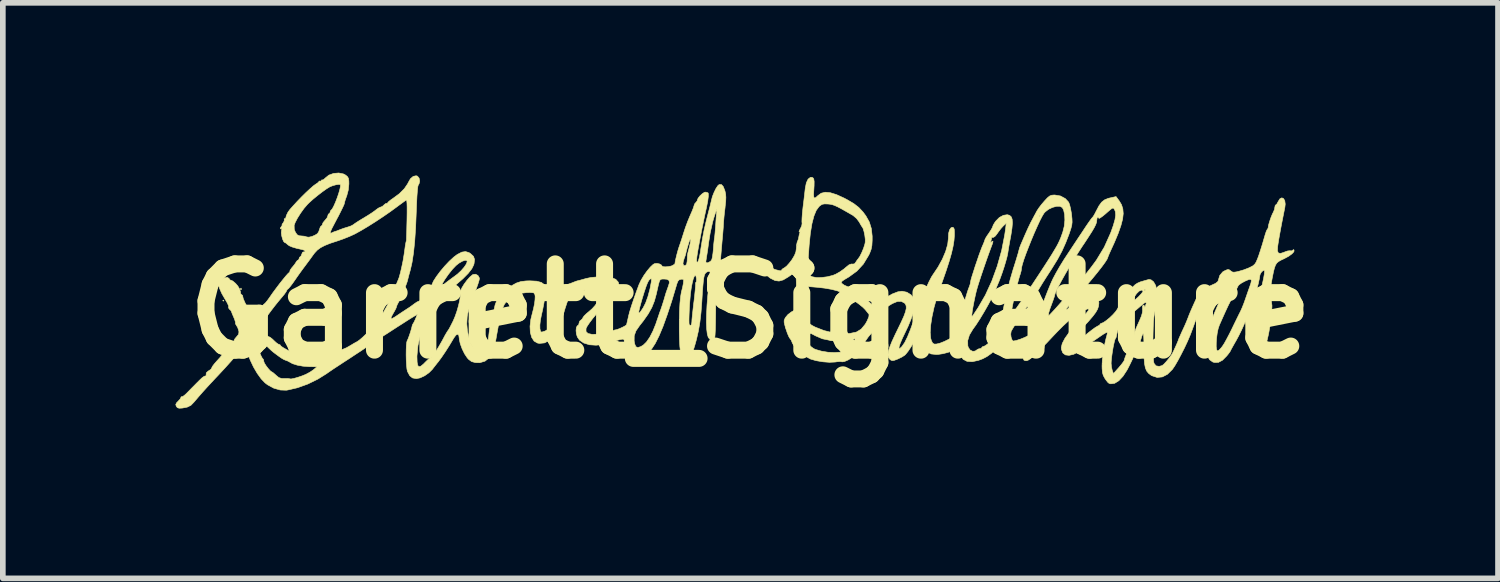
<source format=kicad_pcb>
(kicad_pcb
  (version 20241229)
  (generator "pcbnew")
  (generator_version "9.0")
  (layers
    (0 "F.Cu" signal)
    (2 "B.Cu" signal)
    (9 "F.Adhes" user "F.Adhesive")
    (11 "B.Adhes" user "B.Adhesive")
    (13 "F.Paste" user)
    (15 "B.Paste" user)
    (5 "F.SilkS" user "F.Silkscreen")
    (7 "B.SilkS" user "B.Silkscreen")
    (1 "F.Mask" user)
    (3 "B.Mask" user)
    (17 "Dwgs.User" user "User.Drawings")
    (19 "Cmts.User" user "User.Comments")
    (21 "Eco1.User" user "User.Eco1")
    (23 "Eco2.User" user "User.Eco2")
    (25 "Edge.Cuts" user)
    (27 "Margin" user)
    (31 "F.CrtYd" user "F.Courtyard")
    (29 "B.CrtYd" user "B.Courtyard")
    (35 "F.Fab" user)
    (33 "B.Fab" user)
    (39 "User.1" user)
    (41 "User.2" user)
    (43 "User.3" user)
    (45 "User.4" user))
  (footprint "Garrett_Signature"
    (layer "F.Cu")
    (at 10.204 2.445)
    (property "Reference" "Garrett_Signature" (at 0 0 0) (layer "F.SilkS") (effects (font (size 1.524 1.524) (thickness 0.3))))
    (attr through_hole)
    (fp_poly (pts (xy -9.3 -0.186) (xy -9.31 -0.176) (xy -9.32 -0.186) (xy -9.31 -0.195) (xy -9.3 -0.186)) (stroke (width 0.01) (type solid)) (fill yes) (layer "F.SilkS"))
    (fp_poly (pts (xy -8.994 -0.404) (xy -8.992 -0.381) (xy -8.994 -0.378) (xy -9.006 -0.38) (xy -9.007 -0.391) (xy -9 -0.407) (xy -8.994 -0.404)) (stroke (width 0.01) (type solid)) (fill yes) (layer "F.SilkS"))
    (fp_poly (pts (xy -7.188 -2.423) (xy -7.149 -2.402) (xy -7.117 -2.375) (xy -7.1 -2.345) (xy -7.093 -2.299) (xy -7.092 -2.246) (xy -7.103 -2.138) (xy -7.13 -2.036) (xy -7.132 -2.032) (xy -7.154 -1.972) (xy -7.168 -1.924) (xy -7.171 -1.906) (xy -7.179 -1.88) (xy -7.204 -1.826) (xy -7.24 -1.753) (xy -7.284 -1.666) (xy -7.298 -1.641) (xy -7.353 -1.536) (xy -7.392 -1.461) (xy -7.414 -1.411) (xy -7.421 -1.384) (xy -7.415 -1.376) (xy -7.397 -1.381) (xy -7.39 -1.385) (xy -7.352 -1.402) (xy -7.337 -1.407) (xy -7.307 -1.416) (xy -7.259 -1.435) (xy -7.252 -1.438) (xy -7.187 -1.462) (xy -7.116 -1.484) (xy -7.111 -1.485) (xy -7.056 -1.504) (xy -7.015 -1.526) (xy -7.01 -1.53) (xy -6.983 -1.55) (xy -6.931 -1.584) (xy -6.863 -1.626) (xy -6.829 -1.646) (xy -6.752 -1.693) (xy -6.681 -1.739) (xy -6.628 -1.777) (xy -6.616 -1.787) (xy -6.572 -1.819) (xy -6.537 -1.836) (xy -6.532 -1.837) (xy -6.5 -1.85) (xy -6.473 -1.875) (xy -6.443 -1.9) (xy -6.425 -1.903) (xy -6.409 -1.907) (xy -6.409 -1.912) (xy -6.393 -1.931) (xy -6.354 -1.963) (xy -6.312 -1.992) (xy -6.201 -2.074) (xy -6.113 -2.162) (xy -6.054 -2.249) (xy -6.044 -2.27) (xy -6.005 -2.338) (xy -5.956 -2.38) (xy -5.905 -2.391) (xy -5.881 -2.384) (xy -5.852 -2.349) (xy -5.842 -2.297) (xy -5.853 -2.248) (xy -5.865 -2.232) (xy -5.874 -2.203) (xy -5.882 -2.135) (xy -5.89 -2.028) (xy -5.897 -1.883) (xy -5.903 -1.731) (xy -5.914 -1.465) (xy -5.93 -1.23) (xy -5.951 -1.028) (xy -5.977 -0.859) (xy -6.007 -0.727) (xy -6.011 -0.713) (xy -6.03 -0.646) (xy -6.045 -0.587) (xy -6.05 -0.567) (xy -6.064 -0.515) (xy -6.091 -0.441) (xy -6.125 -0.355) (xy -6.161 -0.27) (xy -6.195 -0.198) (xy -6.214 -0.16) (xy -6.239 -0.113) (xy -6.252 -0.078) (xy -6.252 -0.074) (xy -6.262 -0.047) (xy -6.287 0.001) (xy -6.311 0.042) (xy -6.343 0.101) (xy -6.349 0.13) (xy -6.33 0.132) (xy -6.283 0.105) (xy -6.276 0.101) (xy -6.221 0.064) (xy -6.154 0.019) (xy -6.088 -0.024) (xy -6.036 -0.058) (xy -6.02 -0.068) (xy -5.984 -0.094) (xy -5.937 -0.129) (xy -5.933 -0.132) (xy -5.89 -0.161) (xy -5.857 -0.176) (xy -5.854 -0.176) (xy -5.828 -0.189) (xy -5.787 -0.223) (xy -5.754 -0.254) (xy -5.715 -0.296) (xy -5.694 -0.324) (xy -5.693 -0.332) (xy -5.693 -0.343) (xy -5.678 -0.362) (xy -5.653 -0.401) (xy -5.634 -0.446) (xy -5.462 -0.446) (xy -5.456 -0.442) (xy -5.428 -0.462) (xy -5.394 -0.49) (xy -5.331 -0.538) (xy -5.268 -0.585) (xy -5.244 -0.602) (xy -5.174 -0.654) (xy -5.109 -0.715) (xy -5.056 -0.776) (xy -5.019 -0.831) (xy -5.003 -0.873) (xy -5.009 -0.893) (xy -5.04 -0.898) (xy -5.09 -0.881) (xy -5.15 -0.846) (xy -5.2 -0.806) (xy -5.263 -0.74) (xy -5.333 -0.652) (xy -5.4 -0.556) (xy -5.451 -0.47) (xy -5.462 -0.446) (xy -5.634 -0.446) (xy -5.63 -0.456) (xy -5.627 -0.465) (xy -5.599 -0.529) (xy -5.547 -0.61) (xy -5.479 -0.701) (xy -5.401 -0.794) (xy -5.319 -0.881) (xy -5.241 -0.953) (xy -5.179 -1) (xy -5.098 -1.042) (xy -5.032 -1.052) (xy -4.97 -1.033) (xy -4.943 -1.015) (xy -4.892 -0.968) (xy -4.873 -0.914) (xy -4.881 -0.842) (xy -4.887 -0.819) (xy -4.921 -0.749) (xy -4.985 -0.667) (xy -5.079 -0.572) (xy -5.207 -0.461) (xy -5.332 -0.361) (xy -5.427 -0.288) (xy -5.496 -0.232) (xy -5.546 -0.188) (xy -5.582 -0.151) (xy -5.609 -0.113) (xy -5.632 -0.071) (xy -5.656 -0.024) (xy -5.757 0.207) (xy -5.829 0.417) (xy -5.873 0.611) (xy -5.89 0.792) (xy -5.89 0.807) (xy -5.887 0.901) (xy -5.876 0.959) (xy -5.854 0.982) (xy -5.819 0.971) (xy -5.769 0.929) (xy -5.749 0.908) (xy -5.702 0.862) (xy -5.665 0.83) (xy -5.647 0.821) (xy -5.627 0.805) (xy -5.593 0.762) (xy -5.549 0.699) (xy -5.502 0.623) (xy -5.455 0.541) (xy -5.442 0.518) (xy -5.392 0.424) (xy -5.356 0.363) (xy -5.335 0.333) (xy -5.334 0.332) (xy -5.321 0.311) (xy -5.296 0.264) (xy -5.263 0.199) (xy -5.249 0.171) (xy -5.216 0.093) (xy -5.184 0.001) (xy -5.157 -0.094) (xy -5.136 -0.185) (xy -5.124 -0.26) (xy -5.123 -0.31) (xy -5.125 -0.318) (xy -5.121 -0.356) (xy -5.096 -0.412) (xy -5.056 -0.478) (xy -5.007 -0.544) (xy -4.956 -0.602) (xy -4.908 -0.642) (xy -4.9 -0.647) (xy -4.855 -0.652) (xy -4.813 -0.63) (xy -4.789 -0.588) (xy -4.787 -0.573) (xy -4.794 -0.539) (xy -4.813 -0.478) (xy -4.842 -0.396) (xy -4.878 -0.303) (xy -4.887 -0.279) (xy -4.932 -0.16) (xy -4.968 -0.048) (xy -4.994 0.047) (xy -5.003 0.098) (xy -5.01 0.223) (xy -4.999 0.349) (xy -4.972 0.469) (xy -4.934 0.575) (xy -4.884 0.658) (xy -4.829 0.709) (xy -4.766 0.73) (xy -4.714 0.713) (xy -4.672 0.659) (xy -4.642 0.568) (xy -4.622 0.44) (xy -4.621 0.426) (xy -4.611 0.341) (xy -4.597 0.261) (xy -4.582 0.205) (xy -4.564 0.141) (xy -4.546 0.06) (xy -4.536 0.01) (xy -4.51 -0.11) (xy -4.474 -0.203) (xy -4.42 -0.281) (xy -4.34 -0.356) (xy -4.306 -0.384) (xy -4.213 -0.452) (xy -4.134 -0.496) (xy -4.055 -0.522) (xy -3.964 -0.533) (xy -3.897 -0.535) (xy -3.778 -0.529) (xy -3.693 -0.507) (xy -3.638 -0.467) (xy -3.62 -0.435) (xy -3.616 -0.397) (xy -3.621 -0.33) (xy -3.632 -0.24) (xy -3.648 -0.138) (xy -3.669 -0.03) (xy -3.693 0.075) (xy -3.71 0.163) (xy -3.719 0.244) (xy -3.718 0.311) (xy -3.708 0.356) (xy -3.689 0.371) (xy -3.688 0.371) (xy -3.626 0.351) (xy -3.571 0.319) (xy -3.538 0.284) (xy -3.506 0.206) (xy -3.471 0.105) (xy -3.439 -0.006) (xy -3.413 -0.114) (xy -3.397 -0.206) (xy -3.393 -0.243) (xy -3.386 -0.322) (xy -3.372 -0.374) (xy -3.347 -0.413) (xy -3.341 -0.42) (xy -3.3 -0.454) (xy -3.263 -0.469) (xy -3.261 -0.469) (xy -3.218 -0.476) (xy -3.171 -0.492) (xy -3.128 -0.509) (xy -3.102 -0.519) (xy -3.082 -0.527) (xy -3.062 -0.533) (xy -3.048 -0.537) (xy -3.014 -0.545) (xy -2.957 -0.561) (xy -2.904 -0.576) (xy -2.818 -0.594) (xy -2.717 -0.603) (xy -2.612 -0.604) (xy -2.513 -0.597) (xy -2.431 -0.583) (xy -2.379 -0.562) (xy -2.334 -0.512) (xy -2.321 -0.447) (xy -2.336 -0.371) (xy -2.38 -0.289) (xy -2.449 -0.206) (xy -2.542 -0.128) (xy -2.592 -0.085) (xy -2.653 -0.023) (xy -2.72 0.051) (xy -2.785 0.129) (xy -2.841 0.203) (xy -2.883 0.265) (xy -2.904 0.307) (xy -2.904 0.308) (xy -2.904 0.361) (xy -2.869 0.395) (xy -2.8 0.41) (xy -2.776 0.41) (xy -2.703 0.407) (xy -2.622 0.397) (xy -2.543 0.384) (xy -2.478 0.369) (xy -2.438 0.354) (xy -2.434 0.35) (xy -2.398 0.333) (xy -2.388 0.332) (xy -2.355 0.325) (xy -2.305 0.306) (xy -2.252 0.281) (xy -2.209 0.258) (xy -2.187 0.24) (xy -2.187 0.239) (xy -2.181 0.209) (xy -2.177 0.195) (xy -2.169 0.159) (xy -2.156 0.102) (xy -2.151 0.078) (xy -2.138 0.031) (xy -1.973 0.031) (xy -1.962 0.033) (xy -1.938 0.005) (xy -1.899 -0.053) (xy -1.895 -0.059) (xy -1.851 -0.145) (xy -1.81 -0.26) (xy -1.775 -0.39) (xy -1.752 -0.512) (xy -1.747 -0.558) (xy -1.753 -0.573) (xy -1.774 -0.565) (xy -1.774 -0.564) (xy -1.795 -0.543) (xy -1.817 -0.502) (xy -1.843 -0.436) (xy -1.875 -0.341) (xy -1.914 -0.214) (xy -1.925 -0.176) (xy -1.954 -0.072) (xy -1.97 -0.003) (xy -1.973 0.031) (xy -2.138 0.031) (xy -2.132 0.006) (xy -2.101 -0.094) (xy -2.061 -0.212) (xy -2.016 -0.34) (xy -1.969 -0.467) (xy -1.932 -0.546) (xy -1.882 -0.63) (xy -1.825 -0.71) (xy -1.768 -0.778) (xy -1.718 -0.825) (xy -1.693 -0.839) (xy -1.651 -0.843) (xy -1.604 -0.833) (xy -1.571 -0.813) (xy -1.563 -0.798) (xy -1.546 -0.786) (xy -1.505 -0.782) (xy -1.452 -0.786) (xy -1.401 -0.796) (xy -1.374 -0.807) (xy -1.342 -0.828) (xy -1.334 -0.839) (xy -1.192 -0.839) (xy -1.18 -0.808) (xy -1.153 -0.803) (xy -1.129 -0.826) (xy -1.126 -0.835) (xy -1.118 -0.88) (xy -1.116 -0.928) (xy -1.113 -0.985) (xy -1.106 -1.026) (xy -1.077 -1.139) (xy -1.06 -1.218) (xy -1.056 -1.261) (xy -1.064 -1.267) (xy -1.066 -1.266) (xy -1.077 -1.243) (xy -1.093 -1.194) (xy -1.112 -1.133) (xy -1.129 -1.071) (xy -1.141 -1.022) (xy -1.142 -1.016) (xy -1.153 -0.977) (xy -1.17 -0.932) (xy -1.186 -0.879) (xy -1.192 -0.839) (xy -1.334 -0.839) (xy -1.333 -0.84) (xy -1.33 -0.868) (xy -1.319 -0.921) (xy -1.303 -0.988) (xy -1.285 -1.056) (xy -1.268 -1.113) (xy -1.261 -1.133) (xy -1.244 -1.183) (xy -1.219 -1.257) (xy -1.192 -1.342) (xy -1.181 -1.377) (xy -1.148 -1.478) (xy -1.108 -1.585) (xy -1.069 -1.679) (xy -1.062 -1.695) (xy -1.031 -1.766) (xy -1.008 -1.824) (xy -0.997 -1.86) (xy -0.996 -1.864) (xy -0.983 -1.898) (xy -0.967 -1.915) (xy -0.942 -1.946) (xy -0.938 -1.962) (xy -0.924 -1.995) (xy -0.891 -2.036) (xy -0.85 -2.074) (xy -0.811 -2.099) (xy -0.789 -2.102) (xy -0.758 -2.092) (xy -0.751 -2.091) (xy -0.743 -2.073) (xy -0.744 -2.023) (xy -0.754 -1.946) (xy -0.773 -1.848) (xy -0.782 -1.806) (xy -0.808 -1.689) (xy -0.835 -1.558) (xy -0.863 -1.421) (xy -0.889 -1.286) (xy -0.912 -1.163) (xy -0.931 -1.058) (xy -0.943 -0.981) (xy -0.946 -0.96) (xy -0.952 -0.899) (xy -0.948 -0.869) (xy -0.935 -0.864) (xy -0.934 -0.864) (xy -0.926 -0.876) (xy -0.788 -0.876) (xy -0.783 -0.855) (xy -0.762 -0.853) (xy -0.748 -0.856) (xy -0.703 -0.881) (xy -0.682 -0.912) (xy -0.672 -0.955) (xy -0.662 -1.023) (xy -0.654 -1.102) (xy -0.654 -1.11) (xy -0.648 -1.186) (xy -0.641 -1.249) (xy -0.636 -1.287) (xy -0.635 -1.29) (xy -0.631 -1.321) (xy -0.625 -1.382) (xy -0.619 -1.459) (xy -0.616 -1.495) (xy -0.61 -1.585) (xy -0.604 -1.67) (xy -0.598 -1.735) (xy -0.596 -1.749) (xy -0.593 -1.787) (xy -0.595 -1.795) (xy -0.606 -1.77) (xy -0.626 -1.711) (xy -0.626 -1.711) (xy -0.648 -1.643) (xy -0.665 -1.584) (xy -0.672 -1.555) (xy -0.682 -1.51) (xy -0.696 -1.449) (xy -0.699 -1.436) (xy -0.711 -1.38) (xy -0.724 -1.3) (xy -0.738 -1.211) (xy -0.742 -1.182) (xy -0.754 -1.092) (xy -0.767 -1.007) (xy -0.778 -0.941) (xy -0.78 -0.926) (xy -0.788 -0.876) (xy -0.926 -0.876) (xy -0.919 -0.888) (xy -0.903 -0.947) (xy -0.885 -1.04) (xy -0.877 -1.096) (xy -0.849 -1.272) (xy -0.818 -1.435) (xy -0.779 -1.602) (xy -0.741 -1.749) (xy -0.72 -1.828) (xy -0.703 -1.899) (xy -0.691 -1.947) (xy -0.69 -1.954) (xy -0.672 -2.023) (xy -0.643 -2.096) (xy -0.61 -2.164) (xy -0.577 -2.214) (xy -0.552 -2.236) (xy -0.513 -2.236) (xy -0.481 -2.201) (xy -0.452 -2.129) (xy -0.449 -2.118) (xy -0.438 -2.066) (xy -0.434 -2.009) (xy -0.437 -1.936) (xy -0.448 -1.837) (xy -0.448 -1.83) (xy -0.459 -1.741) (xy -0.467 -1.662) (xy -0.472 -1.603) (xy -0.474 -1.583) (xy -0.476 -1.547) (xy -0.48 -1.48) (xy -0.487 -1.39) (xy -0.496 -1.286) (xy -0.501 -1.233) (xy -0.51 -1.127) (xy -0.518 -1.034) (xy -0.524 -0.962) (xy -0.527 -0.917) (xy -0.528 -0.907) (xy -0.511 -0.887) (xy -0.474 -0.876) (xy -0.433 -0.86) (xy -0.421 -0.835) (xy -0.439 -0.812) (xy -0.464 -0.805) (xy -0.492 -0.797) (xy -0.514 -0.778) (xy -0.532 -0.742) (xy -0.549 -0.683) (xy -0.568 -0.593) (xy -0.577 -0.547) (xy -0.591 -0.458) (xy -0.601 -0.356) (xy -0.608 -0.233) (xy -0.613 -0.084) (xy -0.615 0.064) (xy -0.617 0.207) (xy -0.62 0.327) (xy -0.625 0.42) (xy -0.631 0.482) (xy -0.638 0.509) (xy -0.638 0.509) (xy -0.672 0.52) (xy -0.713 0.502) (xy -0.745 0.464) (xy -0.762 0.407) (xy -0.773 0.316) (xy -0.778 0.197) (xy -0.775 0.054) (xy -0.767 -0.108) (xy -0.753 -0.283) (xy -0.733 -0.466) (xy -0.71 -0.63) (xy -0.71 -0.684) (xy -0.729 -0.705) (xy -0.768 -0.692) (xy -0.786 -0.679) (xy -0.8 -0.663) (xy -0.813 -0.636) (xy -0.823 -0.593) (xy -0.832 -0.531) (xy -0.84 -0.443) (xy -0.849 -0.326) (xy -0.858 -0.176) (xy -0.873 0.023) (xy -0.893 0.196) (xy -0.92 0.354) (xy -0.956 0.509) (xy -0.984 0.609) (xy -1.018 0.718) (xy -1.047 0.794) (xy -1.075 0.839) (xy -1.105 0.858) (xy -1.14 0.855) (xy -1.172 0.84) (xy -1.2 0.817) (xy -1.221 0.776) (xy -1.236 0.714) (xy -1.247 0.625) (xy -1.253 0.507) (xy -1.257 0.357) (xy -1.257 0.171) (xy -1.256 0.152) (xy -1.086 0.152) (xy -1.085 0.211) (xy -1.082 0.238) (xy -1.082 0.239) (xy -1.06 0.255) (xy -1.043 0.238) (xy -1.035 0.194) (xy -1.035 0.191) (xy -1.033 0.149) (xy -1.026 0.078) (xy -1.016 -0.016) (xy -1.004 -0.122) (xy -0.997 -0.175) (xy -0.985 -0.28) (xy -0.976 -0.371) (xy -0.97 -0.441) (xy -0.968 -0.483) (xy -0.97 -0.492) (xy -0.966 -0.507) (xy -0.962 -0.508) (xy -0.954 -0.525) (xy -0.953 -0.567) (xy -0.954 -0.578) (xy -0.964 -0.622) (xy -0.977 -0.631) (xy -0.994 -0.61) (xy -1.012 -0.563) (xy -1.029 -0.493) (xy -1.046 -0.405) (xy -1.06 -0.303) (xy -1.066 -0.234) (xy -1.074 -0.13) (xy -1.08 -0.026) (xy -1.084 0.071) (xy -1.086 0.152) (xy -1.256 0.152) (xy -1.253 0.003) (xy -1.245 -0.142) (xy -1.233 -0.259) (xy -1.219 -0.343) (xy -1.213 -0.363) (xy -1.198 -0.423) (xy -1.185 -0.49) (xy -1.185 -0.495) (xy -1.18 -0.543) (xy -1.188 -0.562) (xy -1.215 -0.564) (xy -1.226 -0.563) (xy -1.259 -0.553) (xy -1.282 -0.527) (xy -1.302 -0.475) (xy -1.306 -0.459) (xy -1.39 -0.178) (xy -1.47 0.064) (xy -1.544 0.27) (xy -1.615 0.439) (xy -1.682 0.572) (xy -1.746 0.67) (xy -1.807 0.735) (xy -1.816 0.742) (xy -1.9 0.785) (xy -1.988 0.804) (xy -2.067 0.796) (xy -2.096 0.784) (xy -2.158 0.73) (xy -2.205 0.652) (xy -2.227 0.567) (xy -2.227 0.552) (xy -2.229 0.527) (xy -2.054 0.527) (xy -2.044 0.581) (xy -2.024 0.628) (xy -1.99 0.643) (xy -1.938 0.627) (xy -1.893 0.6) (xy -1.837 0.546) (xy -1.778 0.461) (xy -1.722 0.352) (xy -1.671 0.226) (xy -1.661 0.195) (xy -1.632 0.111) (xy -1.603 0.024) (xy -1.583 -0.029) (xy -1.557 -0.106) (xy -1.529 -0.195) (xy -1.515 -0.244) (xy -1.492 -0.321) (xy -1.466 -0.395) (xy -1.452 -0.434) (xy -1.431 -0.501) (xy -1.438 -0.542) (xy -1.476 -0.563) (xy -1.523 -0.567) (xy -1.555 -0.567) (xy -1.578 -0.563) (xy -1.596 -0.55) (xy -1.61 -0.521) (xy -1.624 -0.471) (xy -1.642 -0.393) (xy -1.662 -0.303) (xy -1.696 -0.179) (xy -1.742 -0.064) (xy -1.806 0.05) (xy -1.893 0.174) (xy -1.958 0.256) (xy -2.022 0.349) (xy -2.053 0.436) (xy -2.054 0.527) (xy -2.229 0.527) (xy -2.231 0.509) (xy -2.247 0.494) (xy -2.281 0.498) (xy -2.328 0.509) (xy -2.396 0.53) (xy -2.452 0.549) (xy -2.593 0.587) (xy -2.726 0.602) (xy -2.844 0.594) (xy -2.944 0.563) (xy -3.019 0.512) (xy -3.057 0.457) (xy -3.074 0.403) (xy -3.08 0.344) (xy -3.075 0.292) (xy -3.059 0.259) (xy -3.047 0.254) (xy -3.032 0.238) (xy -3.028 0.214) (xy -3.016 0.177) (xy -3 0.164) (xy -2.97 0.137) (xy -2.96 0.117) (xy -2.939 0.086) (xy -2.896 0.044) (xy -2.854 0.009) (xy -2.794 -0.044) (xy -2.742 -0.102) (xy -2.719 -0.136) (xy -2.682 -0.188) (xy -2.629 -0.25) (xy -2.578 -0.302) (xy -2.525 -0.355) (xy -2.5 -0.388) (xy -2.498 -0.408) (xy -2.504 -0.414) (xy -2.542 -0.424) (xy -2.608 -0.425) (xy -2.693 -0.418) (xy -2.787 -0.405) (xy -2.88 -0.387) (xy -2.944 -0.369) (xy -3.018 -0.346) (xy -3.084 -0.326) (xy -3.126 -0.314) (xy -3.156 -0.299) (xy -3.184 -0.27) (xy -3.211 -0.222) (xy -3.24 -0.15) (xy -3.273 -0.05) (xy -3.311 0.078) (xy -3.345 0.19) (xy -3.374 0.273) (xy -3.404 0.338) (xy -3.438 0.393) (xy -3.464 0.428) (xy -3.548 0.514) (xy -3.636 0.561) (xy -3.728 0.57) (xy -3.763 0.563) (xy -3.821 0.529) (xy -3.863 0.465) (xy -3.888 0.376) (xy -3.893 0.268) (xy -3.879 0.146) (xy -3.855 0.049) (xy -3.832 -0.04) (xy -3.813 -0.133) (xy -3.805 -0.2) (xy -3.802 -0.265) (xy -3.807 -0.301) (xy -3.822 -0.318) (xy -3.835 -0.324) (xy -3.883 -0.329) (xy -3.954 -0.327) (xy -4.036 -0.317) (xy -4.113 -0.304) (xy -4.173 -0.287) (xy -4.185 -0.281) (xy -4.271 -0.217) (xy -4.344 -0.123) (xy -4.398 -0.009) (xy -4.425 0.103) (xy -4.432 0.147) (xy -4.445 0.218) (xy -4.461 0.308) (xy -4.479 0.406) (xy -4.496 0.503) (xy -4.512 0.587) (xy -4.516 0.606) (xy -4.553 0.728) (xy -4.611 0.822) (xy -4.688 0.883) (xy -4.781 0.911) (xy -4.858 0.909) (xy -4.925 0.891) (xy -4.978 0.851) (xy -5.002 0.824) (xy -5.049 0.754) (xy -5.092 0.666) (xy -5.125 0.576) (xy -5.142 0.498) (xy -5.143 0.484) (xy -5.151 0.427) (xy -5.171 0.407) (xy -5.202 0.424) (xy -5.241 0.477) (xy -5.256 0.503) (xy -5.317 0.605) (xy -5.387 0.715) (xy -5.457 0.818) (xy -5.519 0.902) (xy -5.528 0.912) (xy -5.572 0.968) (xy -5.613 1.021) (xy -5.617 1.027) (xy -5.678 1.088) (xy -5.755 1.142) (xy -5.835 1.179) (xy -5.901 1.192) (xy -5.968 1.18) (xy -6.017 1.141) (xy -6.056 1.068) (xy -6.058 1.065) (xy -6.067 1.022) (xy -6.074 0.952) (xy -6.079 0.867) (xy -6.081 0.774) (xy -6.08 0.683) (xy -6.077 0.605) (xy -6.07 0.548) (xy -6.063 0.523) (xy -6.048 0.493) (xy -6.028 0.439) (xy -6.006 0.375) (xy -5.988 0.314) (xy -5.977 0.27) (xy -5.975 0.259) (xy -5.965 0.232) (xy -5.96 0.225) (xy -5.942 0.195) (xy -5.919 0.146) (xy -5.913 0.131) (xy -5.882 0.056) (xy -5.955 0.1) (xy -6.001 0.128) (xy -6.069 0.171) (xy -6.151 0.224) (xy -6.227 0.272) (xy -6.318 0.331) (xy -6.41 0.391) (xy -6.492 0.443) (xy -6.539 0.474) (xy -6.611 0.52) (xy -6.698 0.578) (xy -6.784 0.637) (xy -6.802 0.65) (xy -6.879 0.702) (xy -6.977 0.766) (xy -7.081 0.835) (xy -7.174 0.895) (xy -7.265 0.955) (xy -7.354 1.013) (xy -7.429 1.064) (xy -7.482 1.101) (xy -7.484 1.103) (xy -7.643 1.202) (xy -7.819 1.288) (xy -8 1.353) (xy -8.173 1.393) (xy -8.198 1.397) (xy -8.306 1.393) (xy -8.42 1.36) (xy -8.53 1.3) (xy -8.574 1.266) (xy -8.641 1.196) (xy -8.711 1.099) (xy -8.777 0.986) (xy -8.834 0.866) (xy -8.84 0.85) (xy -8.869 0.781) (xy -8.894 0.725) (xy -8.91 0.693) (xy -8.912 0.692) (xy -8.92 0.665) (xy -8.916 0.658) (xy -8.92 0.647) (xy -8.934 0.645) (xy -8.962 0.659) (xy -9.004 0.695) (xy -9.05 0.744) (xy -9.162 0.872) (xy -9.285 1.009) (xy -9.405 1.138) (xy -9.447 1.182) (xy -9.515 1.255) (xy -9.593 1.339) (xy -9.671 1.425) (xy -9.742 1.506) (xy -9.799 1.573) (xy -9.828 1.607) (xy -9.882 1.663) (xy -9.946 1.695) (xy -10.033 1.712) (xy -10.033 1.712) (xy -10.09 1.715) (xy -10.121 1.705) (xy -10.14 1.681) (xy -10.15 1.65) (xy -10.136 1.62) (xy -10.107 1.59) (xy -10.073 1.553) (xy -10.058 1.524) (xy -10.058 1.52) (xy -10.051 1.51) (xy -10.045 1.513) (xy -10.023 1.506) (xy -9.985 1.477) (xy -9.95 1.443) (xy -9.903 1.395) (xy -9.865 1.356) (xy -9.85 1.341) (xy -9.825 1.316) (xy -9.783 1.273) (xy -9.737 1.227) (xy -9.689 1.181) (xy -9.65 1.152) (xy -9.629 1.145) (xy -9.615 1.144) (xy -9.615 1.14) (xy -9.611 1.09) (xy -9.575 1.057) (xy -9.564 1.052) (xy -9.528 1.026) (xy -9.515 1.003) (xy -9.503 0.977) (xy -9.469 0.932) (xy -9.422 0.878) (xy -9.418 0.874) (xy -9.37 0.821) (xy -9.335 0.778) (xy -9.32 0.753) (xy -9.32 0.752) (xy -9.306 0.728) (xy -9.271 0.696) (xy -9.267 0.693) (xy -9.192 0.631) (xy -9.142 0.575) (xy -9.133 0.554) (xy -8.713 0.554) (xy -8.7 0.626) (xy -8.672 0.718) (xy -8.648 0.78) (xy -8.626 0.824) (xy -8.613 0.84) (xy -8.6 0.857) (xy -8.596 0.884) (xy -8.585 0.917) (xy -8.556 0.963) (xy -8.519 1.012) (xy -8.482 1.053) (xy -8.454 1.074) (xy -8.45 1.075) (xy -8.431 1.087) (xy -8.395 1.118) (xy -8.378 1.134) (xy -8.329 1.174) (xy -8.282 1.189) (xy -8.232 1.189) (xy -8.178 1.189) (xy -8.142 1.193) (xy -8.137 1.196) (xy -8.112 1.198) (xy -8.06 1.188) (xy -7.993 1.169) (xy -7.919 1.144) (xy -7.85 1.116) (xy -7.845 1.113) (xy -7.78 1.078) (xy -7.721 1.038) (xy -7.711 1.03) (xy -7.656 0.983) (xy -7.801 0.98) (xy -7.905 0.972) (xy -8.004 0.954) (xy -8.087 0.928) (xy -8.136 0.901) (xy -8.17 0.882) (xy -8.206 0.869) (xy -8.236 0.857) (xy -8.272 0.837) (xy -8.322 0.803) (xy -8.391 0.752) (xy -8.429 0.723) (xy -8.463 0.694) (xy -8.513 0.647) (xy -8.56 0.601) (xy -8.628 0.539) (xy -8.676 0.511) (xy -8.705 0.516) (xy -8.713 0.554) (xy -9.133 0.554) (xy -9.124 0.533) (xy -9.124 0.532) (xy -9.111 0.496) (xy -9.078 0.455) (xy -9.074 0.451) (xy -9.04 0.41) (xy -9.034 0.367) (xy -9.038 0.344) (xy -9.056 0.29) (xy -9.078 0.252) (xy -9.084 0.242) (xy -8.638 0.242) (xy -8.635 0.295) (xy -8.607 0.344) (xy -8.586 0.369) (xy -8.554 0.406) (xy -8.539 0.432) (xy -8.538 0.435) (xy -8.523 0.448) (xy -8.511 0.449) (xy -8.482 0.463) (xy -8.44 0.496) (xy -8.418 0.518) (xy -8.375 0.558) (xy -8.34 0.583) (xy -8.329 0.586) (xy -8.306 0.596) (xy -8.304 0.603) (xy -8.287 0.622) (xy -8.243 0.651) (xy -8.18 0.686) (xy -8.106 0.721) (xy -8.031 0.753) (xy -8.005 0.763) (xy -7.942 0.782) (xy -7.876 0.792) (xy -7.793 0.794) (xy -7.717 0.792) (xy -7.629 0.786) (xy -7.55 0.778) (xy -7.493 0.768) (xy -7.477 0.763) (xy -7.421 0.745) (xy -7.38 0.734) (xy -7.256 0.698) (xy -7.135 0.647) (xy -7.063 0.606) (xy -7.002 0.569) (xy -6.943 0.537) (xy -6.906 0.511) (xy -6.852 0.465) (xy -6.789 0.405) (xy -6.723 0.338) (xy -6.659 0.271) (xy -6.604 0.209) (xy -6.564 0.159) (xy -6.546 0.128) (xy -6.545 0.125) (xy -6.535 0.103) (xy -6.511 0.064) (xy -6.509 0.062) (xy -6.471 0.001) (xy -6.425 -0.082) (xy -6.377 -0.176) (xy -6.332 -0.27) (xy -6.295 -0.352) (xy -6.274 -0.41) (xy -6.253 -0.476) (xy -6.23 -0.533) (xy -6.223 -0.547) (xy -6.204 -0.598) (xy -6.182 -0.678) (xy -6.159 -0.778) (xy -6.136 -0.887) (xy -6.118 -0.996) (xy -6.104 -1.094) (xy -6.096 -1.154) (xy -6.087 -1.205) (xy -6.079 -1.237) (xy -6.077 -1.241) (xy -6.075 -1.259) (xy -6.074 -1.311) (xy -6.071 -1.389) (xy -6.069 -1.489) (xy -6.066 -1.603) (xy -6.066 -1.608) (xy -6.064 -1.741) (xy -6.064 -1.839) (xy -6.066 -1.906) (xy -6.07 -1.945) (xy -6.077 -1.961) (xy -6.082 -1.961) (xy -6.107 -1.943) (xy -6.155 -1.908) (xy -6.218 -1.862) (xy -6.254 -1.835) (xy -6.365 -1.754) (xy -6.491 -1.667) (xy -6.624 -1.579) (xy -6.754 -1.497) (xy -6.873 -1.426) (xy -6.972 -1.371) (xy -6.995 -1.359) (xy -7.085 -1.318) (xy -7.191 -1.276) (xy -7.29 -1.241) (xy -7.294 -1.24) (xy -7.422 -1.198) (xy -7.519 -1.159) (xy -7.592 -1.121) (xy -7.649 -1.079) (xy -7.697 -1.028) (xy -7.727 -0.988) (xy -7.778 -0.917) (xy -7.83 -0.847) (xy -7.864 -0.801) (xy -7.901 -0.752) (xy -7.952 -0.682) (xy -8.008 -0.603) (xy -8.038 -0.559) (xy -8.087 -0.489) (xy -8.129 -0.434) (xy -8.159 -0.399) (xy -8.17 -0.391) (xy -8.186 -0.376) (xy -8.187 -0.37) (xy -8.199 -0.346) (xy -8.23 -0.301) (xy -8.275 -0.246) (xy -8.282 -0.238) (xy -8.338 -0.171) (xy -8.4 -0.094) (xy -8.463 -0.012) (xy -8.523 0.069) (xy -8.575 0.141) (xy -8.614 0.198) (xy -8.636 0.235) (xy -8.638 0.242) (xy -9.084 0.242) (xy -9.096 0.224) (xy -9.095 0.211) (xy -9.097 0.19) (xy -9.111 0.144) (xy -9.127 0.106) (xy -9.151 0.05) (xy -9.166 0.011) (xy -9.17 0) (xy -9.183 -0.018) (xy -9.199 -0.031) (xy -9.218 -0.058) (xy -9.215 -0.073) (xy -9.219 -0.099) (xy -9.241 -0.146) (xy -9.275 -0.205) (xy -9.277 -0.208) (xy -9.336 -0.31) (xy -9.377 -0.402) (xy -9.397 -0.476) (xy -9.398 -0.493) (xy -9.382 -0.525) (xy -9.342 -0.558) (xy -9.293 -0.585) (xy -9.248 -0.596) (xy -9.234 -0.594) (xy -9.207 -0.575) (xy -9.203 -0.565) (xy -9.187 -0.548) (xy -9.177 -0.547) (xy -9.142 -0.531) (xy -9.093 -0.489) (xy -9.055 -0.445) (xy -9.025 -0.395) (xy -9.007 -0.343) (xy -9.005 -0.318) (xy -8.996 -0.295) (xy -8.989 -0.293) (xy -8.97 -0.277) (xy -8.968 -0.266) (xy -8.958 -0.221) (xy -8.931 -0.157) (xy -8.895 -0.088) (xy -8.856 -0.026) (xy -8.822 0.016) (xy -8.818 0.019) (xy -8.78 0.044) (xy -8.756 0.043) (xy -8.746 0.033) (xy -8.714 0.004) (xy -8.67 -0.026) (xy -8.633 -0.057) (xy -8.616 -0.085) (xy -8.616 -0.086) (xy -8.601 -0.117) (xy -8.591 -0.123) (xy -8.568 -0.143) (xy -8.532 -0.187) (xy -8.49 -0.245) (xy -8.489 -0.247) (xy -8.435 -0.325) (xy -8.374 -0.407) (xy -8.312 -0.489) (xy -8.253 -0.563) (xy -8.202 -0.625) (xy -8.164 -0.667) (xy -8.144 -0.684) (xy -8.143 -0.684) (xy -8.134 -0.696) (xy -8.136 -0.7) (xy -8.13 -0.723) (xy -8.104 -0.761) (xy -8.091 -0.776) (xy -8.053 -0.822) (xy -8.027 -0.861) (xy -8.024 -0.868) (xy -8.003 -0.895) (xy -7.992 -0.899) (xy -7.974 -0.915) (xy -7.972 -0.928) (xy -7.962 -0.954) (xy -7.954 -0.957) (xy -7.937 -0.974) (xy -7.924 -1.007) (xy -7.91 -1.04) (xy -7.894 -1.046) (xy -7.87 -1.048) (xy -7.865 -1.054) (xy -7.872 -1.071) (xy -7.907 -1.085) (xy -8.018 -1.11) (xy -8.095 -1.133) (xy -8.146 -1.155) (xy -8.173 -1.175) (xy -8.205 -1.203) (xy -8.225 -1.211) (xy -8.244 -1.229) (xy -8.263 -1.272) (xy -8.278 -1.327) (xy -8.286 -1.382) (xy -8.282 -1.422) (xy -8.282 -1.423) (xy -8.275 -1.454) (xy -8.285 -1.455) (xy -8.302 -1.453) (xy -8.3 -1.472) (xy -8.281 -1.5) (xy -8.28 -1.501) (xy -8.271 -1.516) (xy -8.059 -1.516) (xy -8.057 -1.443) (xy -8.037 -1.394) (xy -8.006 -1.349) (xy -7.969 -1.331) (xy -7.933 -1.328) (xy -7.878 -1.323) (xy -7.838 -1.311) (xy -7.836 -1.31) (xy -7.8 -1.306) (xy -7.745 -1.318) (xy -7.688 -1.343) (xy -7.647 -1.369) (xy -7.625 -1.403) (xy -7.61 -1.447) (xy -7.596 -1.488) (xy -7.579 -1.504) (xy -7.579 -1.504) (xy -7.563 -1.52) (xy -7.561 -1.532) (xy -7.548 -1.563) (xy -7.516 -1.602) (xy -7.513 -1.605) (xy -7.479 -1.646) (xy -7.464 -1.683) (xy -7.464 -1.685) (xy -7.455 -1.714) (xy -7.444 -1.719) (xy -7.427 -1.735) (xy -7.425 -1.747) (xy -7.414 -1.776) (xy -7.408 -1.781) (xy -7.386 -1.805) (xy -7.359 -1.855) (xy -7.328 -1.925) (xy -7.298 -2.003) (xy -7.271 -2.083) (xy -7.251 -2.154) (xy -7.24 -2.208) (xy -7.243 -2.235) (xy -7.243 -2.235) (xy -7.27 -2.239) (xy -7.319 -2.232) (xy -7.377 -2.216) (xy -7.428 -2.196) (xy -7.484 -2.162) (xy -7.559 -2.109) (xy -7.642 -2.045) (xy -7.724 -1.978) (xy -7.794 -1.915) (xy -7.825 -1.884) (xy -7.886 -1.813) (xy -7.947 -1.728) (xy -8.001 -1.642) (xy -8.041 -1.565) (xy -8.059 -1.516) (xy -8.271 -1.516) (xy -8.268 -1.52) (xy -8.272 -1.524) (xy -8.272 -1.535) (xy -8.255 -1.556) (xy -8.234 -1.592) (xy -8.234 -1.615) (xy -8.234 -1.633) (xy -8.225 -1.631) (xy -8.209 -1.636) (xy -8.206 -1.652) (xy -8.196 -1.69) (xy -8.172 -1.74) (xy -8.166 -1.751) (xy -8.132 -1.797) (xy -8.076 -1.86) (xy -8.007 -1.935) (xy -7.93 -2.015) (xy -7.852 -2.092) (xy -7.78 -2.159) (xy -7.721 -2.211) (xy -7.684 -2.238) (xy -7.642 -2.266) (xy -7.621 -2.288) (xy -7.62 -2.291) (xy -7.608 -2.299) (xy -7.6 -2.296) (xy -7.582 -2.298) (xy -7.581 -2.306) (xy -7.57 -2.319) (xy -7.563 -2.316) (xy -7.54 -2.322) (xy -7.509 -2.351) (xy -7.446 -2.402) (xy -7.363 -2.432) (xy -7.272 -2.44) (xy -7.188 -2.423)) (stroke (width 0.01) (type solid)) (fill yes) (layer "F.SilkS"))
    (fp_poly (pts (xy 1.101 -2.358) (xy 1.118 -2.335) (xy 1.125 -2.289) (xy 1.124 -2.215) (xy 1.12 -2.149) (xy 1.115 -2.064) (xy 1.119 -2.014) (xy 1.132 -1.996) (xy 1.157 -2.008) (xy 1.19 -2.039) (xy 1.248 -2.082) (xy 1.32 -2.1) (xy 1.409 -2.092) (xy 1.519 -2.058) (xy 1.653 -1.997) (xy 1.71 -1.967) (xy 1.824 -1.9) (xy 1.912 -1.832) (xy 1.987 -1.752) (xy 2.039 -1.682) (xy 2.099 -1.575) (xy 2.135 -1.459) (xy 2.15 -1.324) (xy 2.15 -1.25) (xy 2.145 -1.16) (xy 2.131 -1.09) (xy 2.104 -1.019) (xy 2.086 -0.983) (xy 1.994 -0.831) (xy 1.881 -0.708) (xy 1.741 -0.606) (xy 1.728 -0.598) (xy 1.659 -0.557) (xy 1.62 -0.53) (xy 1.605 -0.511) (xy 1.609 -0.496) (xy 1.618 -0.486) (xy 1.653 -0.461) (xy 1.671 -0.452) (xy 1.772 -0.408) (xy 1.883 -0.34) (xy 1.898 -0.329) (xy 1.966 -0.277) (xy 2.036 -0.218) (xy 2.099 -0.159) (xy 2.15 -0.107) (xy 2.182 -0.068) (xy 2.189 -0.053) (xy 2.199 -0.048) (xy 2.218 -0.068) (xy 2.3 -0.16) (xy 2.398 -0.24) (xy 2.502 -0.302) (xy 2.603 -0.341) (xy 2.677 -0.352) (xy 2.762 -0.334) (xy 2.835 -0.289) (xy 2.887 -0.222) (xy 2.91 -0.143) (xy 2.911 -0.134) (xy 2.902 -0.066) (xy 2.876 0.029) (xy 2.836 0.142) (xy 2.785 0.266) (xy 2.737 0.367) (xy 2.683 0.48) (xy 2.646 0.567) (xy 2.626 0.627) (xy 2.624 0.658) (xy 2.64 0.659) (xy 2.674 0.627) (xy 2.679 0.62) (xy 2.724 0.555) (xy 2.773 0.456) (xy 2.825 0.328) (xy 2.862 0.225) (xy 2.91 0.088) (xy 3.048 0.088) (xy 3.058 0.098) (xy 3.068 0.088) (xy 3.058 0.078) (xy 3.048 0.088) (xy 2.91 0.088) (xy 2.923 0.049) (xy 2.985 -0.118) (xy 3.045 -0.272) (xy 3.102 -0.407) (xy 3.154 -0.52) (xy 3.197 -0.603) (xy 3.224 -0.645) (xy 3.314 -0.779) (xy 3.39 -0.918) (xy 3.448 -1.055) (xy 3.484 -1.181) (xy 3.496 -1.289) (xy 3.496 -1.299) (xy 3.5 -1.376) (xy 3.517 -1.437) (xy 3.544 -1.474) (xy 3.571 -1.481) (xy 3.589 -1.471) (xy 3.599 -1.447) (xy 3.602 -1.399) (xy 3.602 -1.338) (xy 3.595 -1.246) (xy 3.578 -1.141) (xy 3.55 -1.02) (xy 3.509 -0.877) (xy 3.455 -0.71) (xy 3.386 -0.512) (xy 3.354 -0.425) (xy 3.292 -0.241) (xy 3.242 -0.064) (xy 3.206 0.101) (xy 3.183 0.25) (xy 3.175 0.377) (xy 3.183 0.478) (xy 3.196 0.523) (xy 3.219 0.566) (xy 3.247 0.582) (xy 3.287 0.581) (xy 3.348 0.566) (xy 3.426 0.535) (xy 3.507 0.495) (xy 3.581 0.452) (xy 3.635 0.411) (xy 3.652 0.393) (xy 3.692 0.324) (xy 3.706 0.27) (xy 3.694 0.235) (xy 3.69 0.232) (xy 3.676 0.218) (xy 3.687 0.215) (xy 3.702 0.201) (xy 3.7 0.186) (xy 3.697 0.143) (xy 3.703 0.122) (xy 3.716 0.088) (xy 3.909 0.088) (xy 3.918 0.09) (xy 3.933 0.072) (xy 3.956 0.036) (xy 3.992 -0.018) (xy 4.023 -0.065) (xy 4.149 -0.283) (xy 4.262 -0.529) (xy 4.359 -0.795) (xy 4.437 -1.072) (xy 4.491 -1.349) (xy 4.505 -1.446) (xy 4.518 -1.553) (xy 4.466 -1.505) (xy 4.423 -1.458) (xy 4.377 -1.397) (xy 4.362 -1.375) (xy 4.326 -1.327) (xy 4.295 -1.304) (xy 4.285 -1.303) (xy 4.262 -1.301) (xy 4.259 -1.293) (xy 4.253 -1.259) (xy 4.246 -1.237) (xy 4.239 -1.213) (xy 4.253 -1.219) (xy 4.267 -1.229) (xy 4.282 -1.237) (xy 4.283 -1.224) (xy 4.271 -1.183) (xy 4.248 -1.122) (xy 4.212 -1.024) (xy 4.168 -0.901) (xy 4.12 -0.762) (xy 4.072 -0.62) (xy 4.028 -0.485) (xy 4.008 -0.42) (xy 3.989 -0.352) (xy 3.969 -0.266) (xy 3.949 -0.171) (xy 3.931 -0.077) (xy 3.917 0.005) (xy 3.91 0.066) (xy 3.909 0.088) (xy 3.716 0.088) (xy 3.718 0.083) (xy 3.721 0.068) (xy 3.732 0.015) (xy 3.752 -0.063) (xy 3.777 -0.156) (xy 3.805 -0.251) (xy 3.831 -0.337) (xy 3.853 -0.402) (xy 3.862 -0.423) (xy 3.88 -0.475) (xy 3.888 -0.517) (xy 3.888 -0.518) (xy 3.894 -0.55) (xy 3.911 -0.61) (xy 3.937 -0.691) (xy 3.967 -0.786) (xy 4.001 -0.885) (xy 4.034 -0.983) (xy 4.066 -1.07) (xy 4.092 -1.138) (xy 4.105 -1.167) (xy 4.127 -1.22) (xy 4.14 -1.257) (xy 4.142 -1.265) (xy 4.153 -1.288) (xy 4.18 -1.332) (xy 4.211 -1.376) (xy 4.247 -1.431) (xy 4.272 -1.475) (xy 4.279 -1.495) (xy 4.29 -1.523) (xy 4.317 -1.568) (xy 4.334 -1.591) (xy 4.396 -1.654) (xy 4.467 -1.692) (xy 4.536 -1.703) (xy 4.576 -1.692) (xy 4.605 -1.667) (xy 4.622 -1.624) (xy 4.627 -1.558) (xy 4.619 -1.465) (xy 4.6 -1.34) (xy 4.595 -1.313) (xy 4.577 -1.216) (xy 4.561 -1.124) (xy 4.549 -1.049) (xy 4.544 -1.016) (xy 4.531 -0.957) (xy 4.508 -0.872) (xy 4.478 -0.773) (xy 4.444 -0.671) (xy 4.41 -0.577) (xy 4.387 -0.518) (xy 4.367 -0.471) (xy 4.338 -0.402) (xy 4.306 -0.326) (xy 4.304 -0.321) (xy 4.26 -0.228) (xy 4.199 -0.113) (xy 4.129 0.01) (xy 4.055 0.133) (xy 3.984 0.243) (xy 3.927 0.322) (xy 3.867 0.422) (xy 3.837 0.521) (xy 3.839 0.612) (xy 3.849 0.644) (xy 3.881 0.688) (xy 3.926 0.71) (xy 3.97 0.705) (xy 3.988 0.691) (xy 4.026 0.668) (xy 4.047 0.664) (xy 4.077 0.656) (xy 4.084 0.645) (xy 4.099 0.628) (xy 4.113 0.625) (xy 4.147 0.611) (xy 4.196 0.574) (xy 4.254 0.522) (xy 4.311 0.461) (xy 4.36 0.4) (xy 4.366 0.392) (xy 4.413 0.293) (xy 4.428 0.221) (xy 4.45 0.057) (xy 4.458 0.013) (xy 4.611 0.013) (xy 4.613 0.034) (xy 4.627 0.03) (xy 4.639 0.02) (xy 4.661 -0.005) (xy 4.699 -0.056) (xy 4.751 -0.13) (xy 4.812 -0.218) (xy 4.874 -0.312) (xy 4.999 -0.502) (xy 5.105 -0.663) (xy 5.193 -0.798) (xy 5.265 -0.91) (xy 5.324 -1.003) (xy 5.37 -1.08) (xy 5.408 -1.144) (xy 5.437 -1.199) (xy 5.46 -1.248) (xy 5.48 -1.295) (xy 5.497 -1.342) (xy 5.515 -1.392) (xy 5.518 -1.402) (xy 5.543 -1.502) (xy 5.553 -1.607) (xy 5.549 -1.705) (xy 5.531 -1.786) (xy 5.507 -1.83) (xy 5.466 -1.851) (xy 5.405 -1.851) (xy 5.335 -1.832) (xy 5.265 -1.799) (xy 5.206 -1.753) (xy 5.183 -1.727) (xy 5.15 -1.672) (xy 5.108 -1.59) (xy 5.061 -1.488) (xy 5.01 -1.373) (xy 4.959 -1.251) (xy 4.91 -1.128) (xy 4.865 -1.012) (xy 4.828 -0.909) (xy 4.802 -0.825) (xy 4.788 -0.767) (xy 4.787 -0.753) (xy 4.781 -0.71) (xy 4.765 -0.652) (xy 4.759 -0.636) (xy 4.741 -0.576) (xy 4.718 -0.49) (xy 4.693 -0.386) (xy 4.667 -0.277) (xy 4.644 -0.173) (xy 4.626 -0.084) (xy 4.618 -0.039) (xy 4.611 0.013) (xy 4.458 0.013) (xy 4.485 -0.133) (xy 4.531 -0.339) (xy 4.585 -0.551) (xy 4.646 -0.759) (xy 4.654 -0.782) (xy 4.684 -0.877) (xy 4.71 -0.963) (xy 4.73 -1.03) (xy 4.74 -1.07) (xy 4.741 -1.073) (xy 4.754 -1.121) (xy 4.778 -1.182) (xy 4.786 -1.2) (xy 4.814 -1.265) (xy 4.848 -1.344) (xy 4.867 -1.387) (xy 4.904 -1.469) (xy 4.947 -1.558) (xy 4.97 -1.602) (xy 5.007 -1.672) (xy 5.012 -1.68) (xy 5.1 -1.68) (xy 5.107 -1.664) (xy 5.113 -1.667) (xy 5.115 -1.69) (xy 5.113 -1.693) (xy 5.101 -1.691) (xy 5.1 -1.68) (xy 5.012 -1.68) (xy 5.043 -1.739) (xy 5.062 -1.774) (xy 5.093 -1.821) (xy 5.14 -1.883) (xy 5.193 -1.945) (xy 5.245 -2.001) (xy 5.284 -2.033) (xy 5.319 -2.047) (xy 5.363 -2.051) (xy 5.375 -2.051) (xy 5.475 -2.034) (xy 5.562 -1.987) (xy 5.619 -1.925) (xy 5.636 -1.883) (xy 5.653 -1.814) (xy 5.668 -1.732) (xy 5.671 -1.709) (xy 5.679 -1.629) (xy 5.681 -1.571) (xy 5.675 -1.518) (xy 5.66 -1.459) (xy 5.633 -1.378) (xy 5.628 -1.363) (xy 5.568 -1.208) (xy 5.502 -1.061) (xy 5.422 -0.912) (xy 5.322 -0.75) (xy 5.286 -0.694) (xy 5.223 -0.597) (xy 5.159 -0.496) (xy 5.103 -0.404) (xy 5.063 -0.338) (xy 5.024 -0.272) (xy 4.99 -0.219) (xy 4.967 -0.189) (xy 4.963 -0.186) (xy 4.946 -0.166) (xy 4.912 -0.119) (xy 4.866 -0.054) (xy 4.814 0.024) (xy 4.759 0.108) (xy 4.706 0.189) (xy 4.66 0.262) (xy 4.625 0.32) (xy 4.605 0.355) (xy 4.604 0.359) (xy 4.597 0.406) (xy 4.603 0.459) (xy 4.618 0.504) (xy 4.638 0.527) (xy 4.642 0.528) (xy 4.693 0.519) (xy 4.765 0.496) (xy 4.842 0.465) (xy 4.912 0.431) (xy 4.962 0.4) (xy 4.967 0.396) (xy 4.995 0.356) (xy 5.028 0.29) (xy 5.062 0.211) (xy 5.092 0.129) (xy 5.109 0.069) (xy 5.263 0.069) (xy 5.27 0.077) (xy 5.287 0.063) (xy 5.325 0.023) (xy 5.379 -0.035) (xy 5.444 -0.108) (xy 5.481 -0.15) (xy 5.552 -0.233) (xy 5.618 -0.307) (xy 5.671 -0.368) (xy 5.708 -0.408) (xy 5.718 -0.418) (xy 5.779 -0.484) (xy 5.856 -0.573) (xy 5.939 -0.675) (xy 6.022 -0.781) (xy 6.096 -0.881) (xy 6.113 -0.905) (xy 6.249 -1.13) (xy 6.363 -1.384) (xy 6.407 -1.508) (xy 6.438 -1.615) (xy 6.45 -1.695) (xy 6.445 -1.757) (xy 6.43 -1.794) (xy 6.417 -1.814) (xy 6.403 -1.821) (xy 6.38 -1.811) (xy 6.342 -1.781) (xy 6.281 -1.728) (xy 6.281 -1.727) (xy 6.224 -1.68) (xy 6.181 -1.649) (xy 6.157 -1.637) (xy 6.155 -1.639) (xy 6.141 -1.66) (xy 6.135 -1.661) (xy 6.122 -1.644) (xy 6.116 -1.601) (xy 6.116 -1.593) (xy 6.111 -1.564) (xy 6.097 -1.526) (xy 6.071 -1.474) (xy 6.03 -1.404) (xy 5.971 -1.312) (xy 5.894 -1.194) (xy 5.863 -1.149) (xy 5.788 -1.033) (xy 5.711 -0.91) (xy 5.636 -0.785) (xy 5.564 -0.663) (xy 5.5 -0.549) (xy 5.446 -0.448) (xy 5.405 -0.366) (xy 5.38 -0.307) (xy 5.373 -0.28) (xy 5.366 -0.253) (xy 5.349 -0.202) (xy 5.328 -0.145) (xy 5.29 -0.043) (xy 5.268 0.029) (xy 5.263 0.069) (xy 5.109 0.069) (xy 5.112 0.057) (xy 5.119 0.009) (xy 5.126 -0.021) (xy 5.145 -0.079) (xy 5.174 -0.157) (xy 5.208 -0.248) (xy 5.245 -0.343) (xy 5.282 -0.434) (xy 5.316 -0.514) (xy 5.344 -0.574) (xy 5.345 -0.576) (xy 5.396 -0.672) (xy 5.463 -0.789) (xy 5.54 -0.914) (xy 5.596 -0.999) (xy 5.705 -1.164) (xy 5.795 -1.3) (xy 5.868 -1.409) (xy 5.924 -1.494) (xy 5.967 -1.557) (xy 5.998 -1.601) (xy 6.019 -1.63) (xy 6.032 -1.646) (xy 6.038 -1.652) (xy 6.056 -1.674) (xy 6.083 -1.721) (xy 6.105 -1.764) (xy 6.155 -1.859) (xy 6.202 -1.924) (xy 6.254 -1.965) (xy 6.319 -1.992) (xy 6.35 -1.999) (xy 6.457 -2.023) (xy 6.514 -1.946) (xy 6.554 -1.879) (xy 6.577 -1.806) (xy 6.584 -1.723) (xy 6.573 -1.626) (xy 6.543 -1.511) (xy 6.495 -1.374) (xy 6.427 -1.211) (xy 6.367 -1.08) (xy 6.339 -1.018) (xy 6.319 -0.97) (xy 6.311 -0.947) (xy 6.311 -0.947) (xy 6.298 -0.916) (xy 6.262 -0.86) (xy 6.205 -0.782) (xy 6.13 -0.686) (xy 6.04 -0.576) (xy 5.938 -0.455) (xy 5.826 -0.327) (xy 5.73 -0.218) (xy 5.652 -0.131) (xy 5.601 -0.07) (xy 5.575 -0.035) (xy 5.574 -0.024) (xy 5.597 -0.036) (xy 5.612 -0.047) (xy 5.7 -0.108) (xy 5.768 -0.151) (xy 5.831 -0.181) (xy 5.898 -0.205) (xy 5.936 -0.217) (xy 6.03 -0.239) (xy 6.094 -0.242) (xy 6.133 -0.224) (xy 6.151 -0.183) (xy 6.154 -0.141) (xy 6.148 -0.088) (xy 6.131 -0.035) (xy 6.098 0.023) (xy 6.045 0.093) (xy 5.969 0.182) (xy 5.93 0.224) (xy 5.858 0.307) (xy 5.793 0.39) (xy 5.739 0.466) (xy 5.7 0.529) (xy 5.68 0.574) (xy 5.681 0.594) (xy 5.705 0.594) (xy 5.745 0.576) (xy 5.786 0.545) (xy 5.803 0.528) (xy 5.841 0.49) (xy 5.898 0.44) (xy 5.963 0.385) (xy 6.029 0.334) (xy 6.086 0.292) (xy 6.126 0.268) (xy 6.133 0.264) (xy 6.166 0.247) (xy 6.174 0.233) (xy 6.19 0.216) (xy 6.199 0.215) (xy 6.234 0.201) (xy 6.285 0.166) (xy 6.345 0.117) (xy 6.403 0.061) (xy 6.45 0.008) (xy 6.477 -0.031) (xy 6.554 -0.169) (xy 6.57 -0.192) (xy 6.753 -0.192) (xy 6.759 -0.179) (xy 6.788 -0.195) (xy 6.84 -0.241) (xy 6.856 -0.256) (xy 6.909 -0.313) (xy 6.933 -0.349) (xy 6.928 -0.367) (xy 6.907 -0.371) (xy 6.956 -0.371) (xy 6.963 -0.355) (xy 6.969 -0.358) (xy 6.971 -0.381) (xy 6.969 -0.384) (xy 6.957 -0.382) (xy 6.956 -0.371) (xy 6.907 -0.371) (xy 6.865 -0.354) (xy 6.819 -0.309) (xy 6.775 -0.244) (xy 6.771 -0.235) (xy 6.753 -0.192) (xy 6.57 -0.192) (xy 6.643 -0.296) (xy 6.713 -0.381) (xy 6.758 -0.432) (xy 6.795 -0.468) (xy 6.835 -0.494) (xy 6.885 -0.516) (xy 6.956 -0.537) (xy 7.039 -0.56) (xy 7.076 -0.552) (xy 7.119 -0.519) (xy 7.158 -0.451) (xy 7.179 -0.353) (xy 7.181 -0.231) (xy 7.165 -0.089) (xy 7.134 0.051) (xy 7.126 0.102) (xy 7.119 0.181) (xy 7.114 0.281) (xy 7.111 0.395) (xy 7.109 0.514) (xy 7.109 0.631) (xy 7.112 0.738) (xy 7.115 0.828) (xy 7.121 0.894) (xy 7.128 0.923) (xy 7.163 0.966) (xy 7.218 0.976) (xy 7.272 0.961) (xy 7.301 0.938) (xy 7.343 0.893) (xy 7.392 0.833) (xy 7.438 0.77) (xy 7.448 0.754) (xy 7.462 0.727) (xy 7.485 0.679) (xy 7.512 0.62) (xy 7.537 0.563) (xy 7.555 0.519) (xy 7.561 0.5) (xy 7.569 0.48) (xy 7.59 0.433) (xy 7.619 0.367) (xy 7.637 0.329) (xy 7.673 0.251) (xy 7.703 0.181) (xy 7.723 0.13) (xy 7.728 0.118) (xy 7.743 0.078) (xy 7.769 0.014) (xy 7.803 -0.064) (xy 7.84 -0.146) (xy 7.874 -0.221) (xy 7.897 -0.268) (xy 7.924 -0.303) (xy 8.343 -0.303) (xy 8.353 -0.293) (xy 8.362 -0.303) (xy 8.353 -0.313) (xy 8.343 -0.303) (xy 7.924 -0.303) (xy 7.957 -0.347) (xy 8.052 -0.415) (xy 8.139 -0.456) (xy 8.214 -0.49) (xy 8.254 -0.522) (xy 8.261 -0.538) (xy 8.289 -0.63) (xy 8.341 -0.693) (xy 8.376 -0.713) (xy 8.422 -0.733) (xy 8.45 -0.734) (xy 8.476 -0.716) (xy 8.481 -0.712) (xy 8.507 -0.693) (xy 8.536 -0.687) (xy 8.581 -0.693) (xy 8.628 -0.704) (xy 8.71 -0.728) (xy 8.794 -0.76) (xy 8.828 -0.776) (xy 8.875 -0.801) (xy 8.906 -0.828) (xy 8.931 -0.866) (xy 8.956 -0.925) (xy 8.974 -0.972) (xy 9.007 -1.072) (xy 9.042 -1.184) (xy 9.07 -1.28) (xy 9.091 -1.352) (xy 9.11 -1.409) (xy 9.125 -1.44) (xy 9.128 -1.443) (xy 9.142 -1.465) (xy 9.144 -1.478) (xy 9.151 -1.521) (xy 9.169 -1.584) (xy 9.193 -1.654) (xy 9.218 -1.715) (xy 9.235 -1.748) (xy 9.256 -1.798) (xy 9.261 -1.831) (xy 9.268 -1.866) (xy 9.278 -1.876) (xy 9.297 -1.892) (xy 9.318 -1.931) (xy 9.319 -1.933) (xy 9.351 -1.984) (xy 9.385 -2.001) (xy 9.415 -1.988) (xy 9.437 -1.95) (xy 9.445 -1.891) (xy 9.439 -1.835) (xy 9.409 -1.684) (xy 9.38 -1.537) (xy 9.355 -1.402) (xy 9.334 -1.285) (xy 9.319 -1.193) (xy 9.311 -1.138) (xy 9.308 -1.066) (xy 9.323 -1.027) (xy 9.361 -1.019) (xy 9.424 -1.039) (xy 9.436 -1.045) (xy 9.488 -1.063) (xy 9.528 -1.067) (xy 9.535 -1.065) (xy 9.564 -1.065) (xy 9.574 -1.074) (xy 9.592 -1.087) (xy 9.601 -1.078) (xy 9.598 -1.049) (xy 9.564 -1.012) (xy 9.505 -0.969) (xy 9.427 -0.927) (xy 9.371 -0.901) (xy 9.329 -0.877) (xy 9.298 -0.851) (xy 9.274 -0.815) (xy 9.255 -0.764) (xy 9.237 -0.693) (xy 9.217 -0.593) (xy 9.198 -0.488) (xy 9.182 -0.383) (xy 9.18 -0.298) (xy 9.191 -0.217) (xy 9.2 -0.18) (xy 9.211 -0.097) (xy 9.207 0.021) (xy 9.19 0.173) (xy 9.159 0.358) (xy 9.147 0.419) (xy 9.124 0.519) (xy 9.099 0.585) (xy 9.071 0.618) (xy 9.037 0.624) (xy 9.022 0.62) (xy 8.994 0.591) (xy 8.968 0.534) (xy 8.946 0.457) (xy 8.933 0.37) (xy 8.929 0.304) (xy 8.935 0.165) (xy 8.95 0.005) (xy 8.973 -0.157) (xy 9.002 -0.306) (xy 9.006 -0.322) (xy 9.038 -0.466) (xy 9.062 -0.575) (xy 9.075 -0.651) (xy 9.08 -0.698) (xy 9.077 -0.718) (xy 9.077 -0.718) (xy 9.056 -0.717) (xy 9.028 -0.693) (xy 9.005 -0.657) (xy 8.997 -0.631) (xy 8.987 -0.568) (xy 8.968 -0.48) (xy 8.94 -0.377) (xy 8.909 -0.271) (xy 8.897 -0.234) (xy 8.872 -0.156) (xy 8.851 -0.084) (xy 8.838 -0.033) (xy 8.837 -0.029) (xy 8.822 0.023) (xy 8.803 0.059) (xy 8.784 0.09) (xy 8.757 0.146) (xy 8.725 0.218) (xy 8.716 0.241) (xy 8.673 0.336) (xy 8.62 0.442) (xy 8.569 0.536) (xy 8.566 0.54) (xy 8.528 0.607) (xy 8.498 0.661) (xy 8.481 0.693) (xy 8.48 0.698) (xy 8.468 0.718) (xy 8.439 0.758) (xy 8.412 0.791) (xy 8.337 0.867) (xy 8.265 0.905) (xy 8.194 0.907) (xy 8.165 0.898) (xy 8.109 0.858) (xy 8.072 0.791) (xy 8.053 0.694) (xy 8.051 0.625) (xy 8.226 0.625) (xy 8.232 0.678) (xy 8.245 0.702) (xy 8.249 0.703) (xy 8.276 0.689) (xy 8.313 0.65) (xy 8.336 0.62) (xy 8.368 0.571) (xy 8.41 0.495) (xy 8.458 0.404) (xy 8.506 0.308) (xy 8.508 0.303) (xy 8.554 0.208) (xy 8.597 0.12) (xy 8.633 0.047) (xy 8.657 -0.000215) (xy 8.658 -0.003) (xy 8.685 -0.063) (xy 8.715 -0.139) (xy 8.733 -0.189) (xy 8.763 -0.276) (xy 8.796 -0.371) (xy 8.812 -0.415) (xy 8.839 -0.495) (xy 8.848 -0.543) (xy 8.835 -0.563) (xy 8.799 -0.557) (xy 8.736 -0.53) (xy 8.736 -0.53) (xy 8.676 -0.498) (xy 8.632 -0.467) (xy 8.615 -0.449) (xy 8.6 -0.418) (xy 8.571 -0.362) (xy 8.535 -0.29) (xy 8.495 -0.212) (xy 8.458 -0.137) (xy 8.447 -0.117) (xy 8.422 -0.064) (xy 8.384 0.018) (xy 8.336 0.125) (xy 8.281 0.249) (xy 8.28 0.252) (xy 8.26 0.312) (xy 8.244 0.388) (xy 8.233 0.472) (xy 8.227 0.553) (xy 8.226 0.625) (xy 8.051 0.625) (xy 8.05 0.611) (xy 8.055 0.514) (xy 8.068 0.416) (xy 8.094 0.311) (xy 8.133 0.192) (xy 8.187 0.052) (xy 8.249 -0.094) (xy 8.281 -0.17) (xy 8.305 -0.233) (xy 8.318 -0.274) (xy 8.318 -0.285) (xy 8.295 -0.285) (xy 8.247 -0.274) (xy 8.186 -0.255) (xy 8.123 -0.233) (xy 8.07 -0.211) (xy 8.038 -0.193) (xy 8.035 -0.189) (xy 7.998 -0.132) (xy 7.954 -0.046) (xy 7.906 0.06) (xy 7.858 0.177) (xy 7.814 0.297) (xy 7.806 0.319) (xy 7.77 0.415) (xy 7.722 0.528) (xy 7.666 0.648) (xy 7.606 0.766) (xy 7.548 0.875) (xy 7.495 0.966) (xy 7.452 1.029) (xy 7.45 1.031) (xy 7.364 1.116) (xy 7.275 1.162) (xy 7.183 1.171) (xy 7.091 1.141) (xy 7.077 1.133) (xy 7.032 1.099) (xy 6.998 1.058) (xy 6.975 1.003) (xy 6.96 0.928) (xy 6.952 0.827) (xy 6.949 0.694) (xy 6.949 0.657) (xy 6.949 0.541) (xy 6.946 0.462) (xy 6.942 0.415) (xy 6.936 0.398) (xy 6.929 0.403) (xy 6.909 0.451) (xy 6.903 0.475) (xy 6.891 0.514) (xy 6.865 0.58) (xy 6.83 0.664) (xy 6.788 0.759) (xy 6.743 0.857) (xy 6.699 0.948) (xy 6.659 1.026) (xy 6.649 1.044) (xy 6.579 1.151) (xy 6.506 1.229) (xy 6.434 1.274) (xy 6.364 1.284) (xy 6.334 1.276) (xy 6.309 1.255) (xy 6.275 1.211) (xy 6.26 1.188) (xy 6.232 1.137) (xy 6.217 1.085) (xy 6.211 1.016) (xy 6.21 0.967) (xy 6.212 0.922) (xy 6.37 0.922) (xy 6.376 0.987) (xy 6.39 1.047) (xy 6.39 1.048) (xy 6.411 1.103) (xy 6.507 0.996) (xy 6.553 0.941) (xy 6.588 0.894) (xy 6.603 0.867) (xy 6.603 0.865) (xy 6.611 0.833) (xy 6.63 0.783) (xy 6.636 0.768) (xy 6.677 0.676) (xy 6.714 0.591) (xy 6.745 0.523) (xy 6.763 0.484) (xy 6.777 0.436) (xy 6.78 0.408) (xy 6.788 0.367) (xy 6.809 0.307) (xy 6.827 0.266) (xy 6.873 0.164) (xy 6.904 0.09) (xy 6.92 0.035) (xy 6.926 -0.006) (xy 6.924 -0.036) (xy 6.924 -0.081) (xy 6.935 -0.107) (xy 6.953 -0.102) (xy 6.957 -0.084) (xy 6.961 -0.066) (xy 6.972 -0.084) (xy 6.977 -0.096) (xy 6.991 -0.14) (xy 6.984 -0.156) (xy 6.956 -0.143) (xy 6.904 -0.1) (xy 6.887 -0.086) (xy 6.818 -0.027) (xy 6.736 0.039) (xy 6.669 0.09) (xy 6.601 0.143) (xy 6.557 0.189) (xy 6.526 0.24) (xy 6.507 0.285) (xy 6.485 0.349) (xy 6.471 0.403) (xy 6.467 0.427) (xy 6.457 0.468) (xy 6.447 0.481) (xy 6.435 0.509) (xy 6.421 0.566) (xy 6.405 0.642) (xy 6.391 0.727) (xy 6.379 0.811) (xy 6.372 0.884) (xy 6.37 0.922) (xy 6.212 0.922) (xy 6.215 0.862) (xy 6.23 0.736) (xy 6.252 0.607) (xy 6.278 0.491) (xy 6.292 0.441) (xy 6.302 0.398) (xy 6.301 0.374) (xy 6.301 0.374) (xy 6.281 0.38) (xy 6.24 0.403) (xy 6.184 0.44) (xy 6.183 0.441) (xy 6.122 0.483) (xy 6.071 0.518) (xy 6.041 0.537) (xy 6.009 0.559) (xy 5.959 0.598) (xy 5.907 0.64) (xy 5.803 0.715) (xy 5.709 0.762) (xy 5.627 0.781) (xy 5.562 0.773) (xy 5.516 0.737) (xy 5.492 0.674) (xy 5.49 0.641) (xy 5.507 0.571) (xy 5.555 0.479) (xy 5.636 0.366) (xy 5.749 0.233) (xy 5.866 0.108) (xy 5.933 0.035) (xy 5.97 -0.014) (xy 5.977 -0.038) (xy 5.953 -0.039) (xy 5.898 -0.015) (xy 5.867 0.002) (xy 5.774 0.058) (xy 5.689 0.116) (xy 5.606 0.183) (xy 5.518 0.264) (xy 5.416 0.367) (xy 5.352 0.434) (xy 5.23 0.564) (xy 5.13 0.667) (xy 5.051 0.746) (xy 4.989 0.804) (xy 4.941 0.843) (xy 4.905 0.866) (xy 4.877 0.876) (xy 4.861 0.876) (xy 4.831 0.866) (xy 4.819 0.839) (xy 4.818 0.796) (xy 4.815 0.748) (xy 4.802 0.722) (xy 4.799 0.721) (xy 4.768 0.721) (xy 4.713 0.722) (xy 4.677 0.723) (xy 4.613 0.721) (xy 4.568 0.707) (xy 4.523 0.673) (xy 4.505 0.657) (xy 4.432 0.588) (xy 4.341 0.671) (xy 4.253 0.748) (xy 4.177 0.802) (xy 4.103 0.841) (xy 4.028 0.869) (xy 3.917 0.893) (xy 3.826 0.887) (xy 3.757 0.851) (xy 3.713 0.788) (xy 3.7 0.739) (xy 3.684 0.677) (xy 3.662 0.651) (xy 3.63 0.661) (xy 3.618 0.67) (xy 3.566 0.7) (xy 3.488 0.729) (xy 3.399 0.752) (xy 3.311 0.765) (xy 3.283 0.766) (xy 3.189 0.756) (xy 3.118 0.719) (xy 3.068 0.653) (xy 3.037 0.556) (xy 3.025 0.426) (xy 3.025 0.391) (xy 3.025 0.244) (xy 2.98 0.354) (xy 2.939 0.446) (xy 2.888 0.542) (xy 2.835 0.633) (xy 2.783 0.711) (xy 2.739 0.765) (xy 2.724 0.779) (xy 2.674 0.811) (xy 2.61 0.842) (xy 2.587 0.852) (xy 2.534 0.871) (xy 2.502 0.874) (xy 2.477 0.863) (xy 2.46 0.848) (xy 2.437 0.817) (xy 2.428 0.775) (xy 2.434 0.718) (xy 2.457 0.642) (xy 2.497 0.542) (xy 2.555 0.416) (xy 2.598 0.328) (xy 2.663 0.194) (xy 2.71 0.09) (xy 2.739 0.01) (xy 2.752 -0.049) (xy 2.75 -0.094) (xy 2.735 -0.127) (xy 2.719 -0.144) (xy 2.664 -0.172) (xy 2.594 -0.17) (xy 2.507 -0.134) (xy 2.443 -0.095) (xy 2.36 -0.035) (xy 2.306 0.018) (xy 2.273 0.073) (xy 2.255 0.139) (xy 2.253 0.149) (xy 2.22 0.263) (xy 2.162 0.364) (xy 2.12 0.41) (xy 2.083 0.453) (xy 2.039 0.516) (xy 2 0.579) (xy 1.951 0.656) (xy 1.893 0.731) (xy 1.849 0.777) (xy 1.789 0.824) (xy 1.724 0.863) (xy 1.663 0.889) (xy 1.619 0.896) (xy 1.607 0.893) (xy 1.581 0.89) (xy 1.53 0.894) (xy 1.495 0.899) (xy 1.396 0.904) (xy 1.279 0.895) (xy 1.16 0.875) (xy 1.063 0.847) (xy 1.01 0.819) (xy 0.945 0.774) (xy 0.878 0.719) (xy 0.816 0.661) (xy 0.767 0.608) (xy 0.741 0.566) (xy 0.738 0.558) (xy 0.72 0.513) (xy 0.7 0.486) (xy 0.689 0.468) (xy 1.016 0.468) (xy 1.025 0.556) (xy 1.057 0.618) (xy 1.117 0.662) (xy 1.15 0.677) (xy 1.254 0.707) (xy 1.369 0.726) (xy 1.486 0.731) (xy 1.593 0.724) (xy 1.678 0.704) (xy 1.696 0.696) (xy 1.748 0.661) (xy 1.785 0.628) (xy 1.809 0.596) (xy 1.806 0.574) (xy 1.791 0.558) (xy 1.765 0.542) (xy 1.718 0.533) (xy 1.645 0.528) (xy 1.579 0.527) (xy 1.41 0.518) (xy 1.366 0.508) (xy 1.807 0.508) (xy 1.808 0.526) (xy 1.815 0.528) (xy 1.842 0.513) (xy 1.846 0.508) (xy 1.845 0.49) (xy 1.839 0.488) (xy 1.811 0.503) (xy 1.807 0.508) (xy 1.366 0.508) (xy 1.269 0.488) (xy 1.149 0.436) (xy 1.138 0.43) (xy 1.077 0.398) (xy 1.039 0.393) (xy 1.021 0.418) (xy 1.016 0.468) (xy 0.689 0.468) (xy 0.678 0.451) (xy 0.652 0.39) (xy 0.627 0.317) (xy 0.625 0.313) (xy 0.619 0.292) (xy 0.797 0.292) (xy 0.808 0.33) (xy 0.824 0.364) (xy 0.832 0.364) (xy 0.837 0.335) (xy 0.837 0.285) (xy 0.831 0.258) (xy 0.818 0.237) (xy 0.802 0.253) (xy 0.797 0.292) (xy 0.619 0.292) (xy 0.605 0.241) (xy 0.595 0.195) (xy 0.596 0.162) (xy 0.608 0.133) (xy 0.62 0.111) (xy 0.655 0.069) (xy 1.001 0.069) (xy 1.006 0.138) (xy 1.02 0.186) (xy 1.044 0.221) (xy 1.081 0.249) (xy 1.133 0.277) (xy 1.153 0.286) (xy 1.299 0.343) (xy 1.453 0.381) (xy 1.605 0.399) (xy 1.746 0.396) (xy 1.866 0.371) (xy 1.876 0.367) (xy 1.956 0.318) (xy 2.028 0.231) (xy 2.062 0.17) (xy 2.091 0.101) (xy 2.095 0.06) (xy 2.091 0.053) (xy 2.067 0.023) (xy 2.031 -0.022) (xy 2.023 -0.031) (xy 1.987 -0.067) (xy 1.926 -0.117) (xy 1.849 -0.174) (xy 1.766 -0.232) (xy 1.685 -0.285) (xy 1.615 -0.326) (xy 1.604 -0.332) (xy 1.532 -0.359) (xy 1.431 -0.385) (xy 1.31 -0.406) (xy 1.18 -0.421) (xy 1.022 -0.434) (xy 1.008 -0.153) (xy 1.003 -0.026) (xy 1.001 0.069) (xy 0.655 0.069) (xy 0.661 0.062) (xy 0.719 0.017) (xy 0.734 0.008) (xy 0.811 -0.032) (xy 0.811 -0.366) (xy 0.81 -0.5) (xy 0.807 -0.6) (xy 0.801 -0.662) (xy 0.794 -0.688) (xy 0.791 -0.688) (xy 0.766 -0.671) (xy 0.719 -0.64) (xy 0.664 -0.602) (xy 0.578 -0.551) (xy 0.505 -0.531) (xy 0.435 -0.54) (xy 0.356 -0.579) (xy 0.35 -0.583) (xy 0.285 -0.634) (xy 0.233 -0.703) (xy 0.202 -0.758) (xy 0.173 -0.819) (xy 0.155 -0.866) (xy 0.152 -0.888) (xy 0.152 -0.888) (xy 0.189 -0.899) (xy 0.242 -0.877) (xy 0.308 -0.823) (xy 0.31 -0.821) (xy 0.364 -0.775) (xy 0.417 -0.742) (xy 0.444 -0.732) (xy 0.493 -0.72) (xy 0.523 -0.712) (xy 0.545 -0.716) (xy 0.547 -0.722) (xy 0.563 -0.743) (xy 0.584 -0.756) (xy 1.017 -0.756) (xy 1.023 -0.693) (xy 1.036 -0.651) (xy 1.057 -0.625) (xy 1.088 -0.608) (xy 1.089 -0.608) (xy 1.162 -0.593) (xy 1.256 -0.594) (xy 1.359 -0.607) (xy 1.457 -0.632) (xy 1.508 -0.653) (xy 1.582 -0.695) (xy 1.654 -0.746) (xy 1.685 -0.773) (xy 1.741 -0.818) (xy 1.782 -0.833) (xy 1.796 -0.831) (xy 1.835 -0.834) (xy 1.855 -0.857) (xy 1.884 -0.901) (xy 1.901 -0.922) (xy 1.932 -0.966) (xy 1.966 -1.034) (xy 1.998 -1.111) (xy 2.021 -1.184) (xy 2.027 -1.216) (xy 2.028 -1.269) (xy 2.02 -1.336) (xy 2.006 -1.404) (xy 1.99 -1.459) (xy 1.975 -1.485) (xy 1.959 -1.507) (xy 1.934 -1.551) (xy 1.922 -1.573) (xy 1.874 -1.637) (xy 1.813 -1.689) (xy 1.805 -1.694) (xy 1.69 -1.76) (xy 1.603 -1.809) (xy 1.538 -1.843) (xy 1.487 -1.866) (xy 1.447 -1.88) (xy 1.409 -1.888) (xy 1.371 -1.892) (xy 1.307 -1.894) (xy 1.265 -1.886) (xy 1.229 -1.862) (xy 1.21 -1.845) (xy 1.162 -1.779) (xy 1.121 -1.679) (xy 1.086 -1.545) (xy 1.058 -1.375) (xy 1.037 -1.168) (xy 1.023 -0.969) (xy 1.018 -0.846) (xy 1.017 -0.756) (xy 0.584 -0.756) (xy 0.601 -0.766) (xy 0.601 -0.766) (xy 0.639 -0.795) (xy 0.686 -0.847) (xy 0.732 -0.907) (xy 0.778 -0.984) (xy 0.802 -1.046) (xy 0.811 -1.108) (xy 0.811 -1.113) (xy 0.815 -1.163) (xy 0.821 -1.163) (xy 0.83 -1.153) (xy 0.84 -1.163) (xy 0.83 -1.172) (xy 0.821 -1.163) (xy 0.815 -1.163) (xy 0.816 -1.174) (xy 0.826 -1.221) (xy 0.831 -1.231) (xy 0.848 -1.276) (xy 0.852 -1.299) (xy 0.862 -1.352) (xy 0.87 -1.376) (xy 0.877 -1.402) (xy 0.863 -1.399) (xy 0.858 -1.405) (xy 0.87 -1.435) (xy 0.881 -1.455) (xy 0.905 -1.505) (xy 0.912 -1.546) (xy 0.911 -1.554) (xy 0.909 -1.585) (xy 0.911 -1.645) (xy 0.917 -1.727) (xy 0.927 -1.821) (xy 0.927 -1.823) (xy 0.94 -1.927) (xy 0.952 -2.029) (xy 0.962 -2.116) (xy 0.968 -2.169) (xy 0.987 -2.266) (xy 1.018 -2.331) (xy 1.058 -2.362) (xy 1.073 -2.364) (xy 1.101 -2.358)) (stroke (width 0.01) (type solid)) (fill yes) (layer "F.SilkS")))
  (gr_rect
    (start -3 -3)
    (end 23.407 7.165)
    (stroke (width 0.1) (type default))
    (fill no)
    (layer "Edge.Cuts")))
</source>
